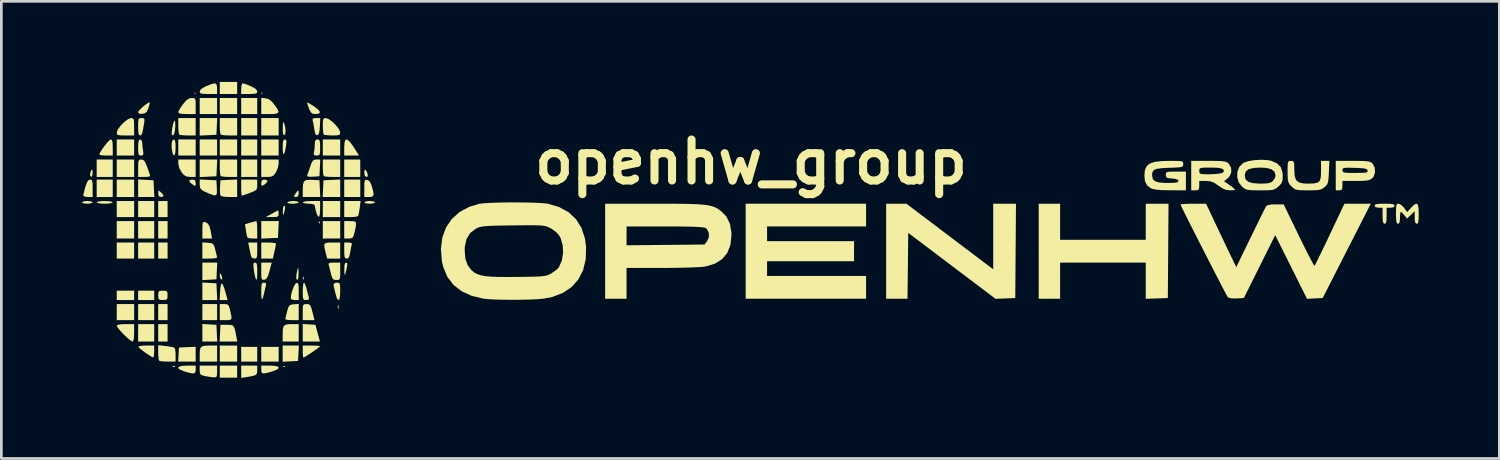
<source format=kicad_pcb>
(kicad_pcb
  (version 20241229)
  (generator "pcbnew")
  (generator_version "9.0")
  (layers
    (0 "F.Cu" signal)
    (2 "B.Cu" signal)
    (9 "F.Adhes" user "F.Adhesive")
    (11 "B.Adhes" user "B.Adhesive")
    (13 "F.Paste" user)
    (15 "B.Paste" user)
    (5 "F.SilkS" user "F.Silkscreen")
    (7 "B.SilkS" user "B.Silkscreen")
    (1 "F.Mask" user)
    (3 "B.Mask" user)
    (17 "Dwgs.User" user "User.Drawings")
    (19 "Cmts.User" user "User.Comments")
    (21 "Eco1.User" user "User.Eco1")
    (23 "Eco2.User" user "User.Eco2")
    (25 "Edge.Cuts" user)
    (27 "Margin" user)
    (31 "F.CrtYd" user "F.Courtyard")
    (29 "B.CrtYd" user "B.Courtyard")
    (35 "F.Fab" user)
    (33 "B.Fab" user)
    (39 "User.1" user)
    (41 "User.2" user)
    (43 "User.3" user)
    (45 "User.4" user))
  (footprint "openhw_group"
    (layer "F.Cu")
    (at 24.902 5.478)
    (property "Reference" "openhw_group" (at 0 -2.5 0) (layer "F.SilkS") (effects (font (size 1.524 1.524) (thickness 0.3))))
    (attr board_only exclude_from_pos_files exclude_from_bom)
    (fp_poly (pts (xy -23.756 -1.942) (xy -24.354 -1.942) (xy -24.354 -2.59) (xy -23.756 -2.59)) (stroke (width 0) (type solid)) (fill yes) (layer "F.SilkS"))
    (fp_poly (pts (xy -23.756 -1.195) (xy -24.354 -1.195) (xy -24.354 -1.843) (xy -23.756 -1.843)) (stroke (width 0) (type solid)) (fill yes) (layer "F.SilkS"))
    (fp_poly (pts (xy -22.96 -2.739) (xy -23.607 -2.739) (xy -23.607 -3.337) (xy -22.96 -3.337)) (stroke (width 0) (type solid)) (fill yes) (layer "F.SilkS"))
    (fp_poly (pts (xy -22.96 -1.942) (xy -23.607 -1.942) (xy -23.607 -2.59) (xy -22.96 -2.59)) (stroke (width 0) (type solid)) (fill yes) (layer "F.SilkS"))
    (fp_poly (pts (xy -22.96 -1.195) (xy -23.607 -1.195) (xy -23.607 -1.843) (xy -22.96 -1.843)) (stroke (width 0) (type solid)) (fill yes) (layer "F.SilkS"))
    (fp_poly (pts (xy -22.96 -0.448) (xy -23.607 -0.448) (xy -23.607 -1.046) (xy -22.96 -1.046)) (stroke (width 0) (type solid)) (fill yes) (layer "F.SilkS"))
    (fp_poly (pts (xy -22.96 0.349) (xy -23.607 0.349) (xy -23.607 -0.299) (xy -22.96 -0.299)) (stroke (width 0) (type solid)) (fill yes) (layer "F.SilkS"))
    (fp_poly (pts (xy -22.96 1.096) (xy -23.607 1.096) (xy -23.607 0.498) (xy -22.96 0.498)) (stroke (width 0) (type solid)) (fill yes) (layer "F.SilkS"))
    (fp_poly (pts (xy -22.96 2.64) (xy -23.607 2.64) (xy -23.607 2.291) (xy -22.96 2.291)) (stroke (width 0) (type solid)) (fill yes) (layer "F.SilkS"))
    (fp_poly (pts (xy -22.96 3.387) (xy -23.607 3.387) (xy -23.607 2.789) (xy -22.96 2.789)) (stroke (width 0) (type solid)) (fill yes) (layer "F.SilkS"))
    (fp_poly (pts (xy -22.213 -0.448) (xy -22.81 -0.448) (xy -22.81 -1.046) (xy -22.213 -1.046)) (stroke (width 0) (type solid)) (fill yes) (layer "F.SilkS"))
    (fp_poly (pts (xy -22.213 0.349) (xy -22.81 0.349) (xy -22.81 -0.299) (xy -22.213 -0.299)) (stroke (width 0) (type solid)) (fill yes) (layer "F.SilkS"))
    (fp_poly (pts (xy -22.213 1.096) (xy -22.81 1.096) (xy -22.81 0.498) (xy -22.213 0.498)) (stroke (width 0) (type solid)) (fill yes) (layer "F.SilkS"))
    (fp_poly (pts (xy -22.213 2.64) (xy -22.81 2.64) (xy -22.81 2.291) (xy -22.213 2.291)) (stroke (width 0) (type solid)) (fill yes) (layer "F.SilkS"))
    (fp_poly (pts (xy -22.213 3.387) (xy -22.81 3.387) (xy -22.81 2.789) (xy -22.213 2.789)) (stroke (width 0) (type solid)) (fill yes) (layer "F.SilkS"))
    (fp_poly (pts (xy -22.213 4.184) (xy -22.81 4.184) (xy -22.81 3.536) (xy -22.213 3.536)) (stroke (width 0) (type solid)) (fill yes) (layer "F.SilkS"))
    (fp_poly (pts (xy -21.715 -0.448) (xy -22.063 -0.448) (xy -22.063 -1.046) (xy -21.715 -1.046)) (stroke (width 0) (type solid)) (fill yes) (layer "F.SilkS"))
    (fp_poly (pts (xy -21.715 0.349) (xy -22.063 0.349) (xy -22.063 -0.299) (xy -21.715 -0.299)) (stroke (width 0) (type solid)) (fill yes) (layer "F.SilkS"))
    (fp_poly (pts (xy -21.715 1.096) (xy -22.063 1.096) (xy -22.063 0.498) (xy -21.715 0.498)) (stroke (width 0) (type solid)) (fill yes) (layer "F.SilkS"))
    (fp_poly (pts (xy -21.715 3.387) (xy -22.063 3.387) (xy -22.063 2.789) (xy -21.715 2.789)) (stroke (width 0) (type solid)) (fill yes) (layer "F.SilkS"))
    (fp_poly (pts (xy -21.715 4.184) (xy -22.063 4.184) (xy -22.063 3.536) (xy -21.715 3.536)) (stroke (width 0) (type solid)) (fill yes) (layer "F.SilkS"))
    (fp_poly (pts (xy -20.669 -5.055) (xy -20.694 -5.03) (xy -20.718 -5.055) (xy -20.694 -5.08)) (stroke (width 0) (type solid)) (fill yes) (layer "F.SilkS"))
    (fp_poly (pts (xy -20.669 -2.739) (xy -21.316 -2.739) (xy -21.316 -3.337) (xy -20.669 -3.337)) (stroke (width 0) (type solid)) (fill yes) (layer "F.SilkS"))
    (fp_poly (pts (xy -19.872 -4.283) (xy -20.519 -4.283) (xy -20.519 -4.881) (xy -19.872 -4.881)) (stroke (width 0) (type solid)) (fill yes) (layer "F.SilkS"))
    (fp_poly (pts (xy -19.872 -2.739) (xy -20.519 -2.739) (xy -20.519 -3.337) (xy -19.872 -3.337)) (stroke (width 0) (type solid)) (fill yes) (layer "F.SilkS"))
    (fp_poly (pts (xy -19.872 3.387) (xy -20.42 3.387) (xy -20.42 2.789) (xy -19.872 2.789)) (stroke (width 0) (type solid)) (fill yes) (layer "F.SilkS"))
    (fp_poly (pts (xy -19.125 -5.03) (xy -19.772 -5.03) (xy -19.772 -5.478) (xy -19.125 -5.478)) (stroke (width 0) (type solid)) (fill yes) (layer "F.SilkS"))
    (fp_poly (pts (xy -19.125 -4.283) (xy -19.772 -4.283) (xy -19.772 -4.881) (xy -19.125 -4.881)) (stroke (width 0) (type solid)) (fill yes) (layer "F.SilkS"))
    (fp_poly (pts (xy -19.125 -2.739) (xy -19.772 -2.739) (xy -19.772 -3.337) (xy -19.125 -3.337)) (stroke (width 0) (type solid)) (fill yes) (layer "F.SilkS"))
    (fp_poly (pts (xy -19.125 4.931) (xy -19.772 4.931) (xy -19.772 4.333) (xy -19.125 4.333)) (stroke (width 0) (type solid)) (fill yes) (layer "F.SilkS"))
    (fp_poly (pts (xy -19.125 5.528) (xy -19.772 5.528) (xy -19.772 5.08) (xy -19.125 5.08)) (stroke (width 0) (type solid)) (fill yes) (layer "F.SilkS"))
    (fp_poly (pts (xy -18.378 -4.283) (xy -18.975 -4.283) (xy -18.975 -4.881) (xy -18.378 -4.881)) (stroke (width 0) (type solid)) (fill yes) (layer "F.SilkS"))
    (fp_poly (pts (xy -18.378 -3.486) (xy -18.975 -3.486) (xy -18.975 -4.134) (xy -18.378 -4.134)) (stroke (width 0) (type solid)) (fill yes) (layer "F.SilkS"))
    (fp_poly (pts (xy -18.378 -2.739) (xy -18.975 -2.739) (xy -18.975 -3.337) (xy -18.378 -3.337)) (stroke (width 0) (type solid)) (fill yes) (layer "F.SilkS"))
    (fp_poly (pts (xy -18.378 -1.942) (xy -18.975 -1.942) (xy -18.975 -2.59) (xy -18.378 -2.59)) (stroke (width 0) (type solid)) (fill yes) (layer "F.SilkS"))
    (fp_poly (pts (xy -18.378 4.931) (xy -18.975 4.931) (xy -18.975 4.383) (xy -18.378 4.383)) (stroke (width 0) (type solid)) (fill yes) (layer "F.SilkS"))
    (fp_poly (pts (xy -18.178 -5.055) (xy -18.203 -5.03) (xy -18.228 -5.055) (xy -18.203 -5.08)) (stroke (width 0) (type solid)) (fill yes) (layer "F.SilkS"))
    (fp_poly (pts (xy -17.581 -3.486) (xy -18.228 -3.486) (xy -18.228 -4.134) (xy -17.581 -4.134)) (stroke (width 0) (type solid)) (fill yes) (layer "F.SilkS"))
    (fp_poly (pts (xy -17.581 -2.739) (xy -18.228 -2.739) (xy -18.228 -3.337) (xy -17.581 -3.337)) (stroke (width 0) (type solid)) (fill yes) (layer "F.SilkS"))
    (fp_poly (pts (xy -17.581 4.931) (xy -18.228 4.931) (xy -18.228 4.383) (xy -17.581 4.383)) (stroke (width 0) (type solid)) (fill yes) (layer "F.SilkS"))
    (fp_poly (pts (xy -15.29 -2.739) (xy -15.937 -2.739) (xy -15.937 -3.337) (xy -15.29 -3.337)) (stroke (width 0) (type solid)) (fill yes) (layer "F.SilkS"))
    (fp_poly (pts (xy -15.29 -0.448) (xy -15.937 -0.448) (xy -15.937 -1.046) (xy -15.29 -1.046)) (stroke (width 0) (type solid)) (fill yes) (layer "F.SilkS"))
    (fp_poly (pts (xy -15.29 0.349) (xy -15.937 0.349) (xy -15.937 -0.299) (xy -15.29 -0.299)) (stroke (width 0) (type solid)) (fill yes) (layer "F.SilkS"))
    (fp_poly (pts (xy -14.543 -1.942) (xy -15.14 -1.942) (xy -15.14 -2.59) (xy -14.543 -2.59)) (stroke (width 0) (type solid)) (fill yes) (layer "F.SilkS"))
    (fp_poly (pts (xy -14.543 -1.195) (xy -15.14 -1.195) (xy -15.14 -1.843) (xy -14.543 -1.843)) (stroke (width 0) (type solid)) (fill yes) (layer "F.SilkS"))
    (fp_poly (pts (xy -16.448 3.546) (xy -16.212 3.561) (xy -16.045 4.184) (xy -16.684 4.184) (xy -16.684 3.531)) (stroke (width 0) (type solid)) (fill yes) (layer "F.SilkS"))
    (fp_poly (pts (xy -22.524 -1.833) (xy -22.237 -1.818) (xy -22.223 -1.507) (xy -22.208 -1.195) (xy -22.81 -1.195) (xy -22.81 -1.848)) (stroke (width 0) (type solid)) (fill yes) (layer "F.SilkS"))
    (fp_poly (pts (xy -21.429 5.1) (xy -21.444 5.122) (xy -21.495 5.126) (xy -21.548 5.114) (xy -21.525 5.096) (xy -21.447 5.09)) (stroke (width 0) (type solid)) (fill yes) (layer "F.SilkS"))
    (fp_poly (pts (xy -20.669 4.931) (xy -21.321 4.931) (xy -21.306 4.669) (xy -21.291 4.408) (xy -20.98 4.393) (xy -20.669 4.378)) (stroke (width 0) (type solid)) (fill yes) (layer "F.SilkS"))
    (fp_poly (pts (xy -20.158 2.002) (xy -19.897 2.017) (xy -19.882 2.328) (xy -19.867 2.64) (xy -20.42 2.64) (xy -20.42 1.987)) (stroke (width 0) (type solid)) (fill yes) (layer "F.SilkS"))
    (fp_poly (pts (xy -20.158 3.546) (xy -19.897 3.561) (xy -19.882 3.872) (xy -19.867 4.184) (xy -20.42 4.184) (xy -20.42 3.531)) (stroke (width 0) (type solid)) (fill yes) (layer "F.SilkS"))
    (fp_poly (pts (xy -19.882 -3.822) (xy -19.897 -3.511) (xy -20.208 -3.496) (xy -20.519 -3.482) (xy -20.519 -4.134) (xy -19.867 -4.134)) (stroke (width 0) (type solid)) (fill yes) (layer "F.SilkS"))
    (fp_poly (pts (xy -19.882 -2.279) (xy -19.897 -1.967) (xy -20.208 -1.952) (xy -20.519 -1.938) (xy -20.519 -2.59) (xy -19.867 -2.59)) (stroke (width 0) (type solid)) (fill yes) (layer "F.SilkS"))
    (fp_poly (pts (xy -19.882 1.556) (xy -19.897 1.868) (xy -20.158 1.883) (xy -20.42 1.898) (xy -20.42 1.245) (xy -19.867 1.245)) (stroke (width 0) (type solid)) (fill yes) (layer "F.SilkS"))
    (fp_poly (pts (xy -17.591 0.012) (xy -17.606 0.324) (xy -17.917 0.339) (xy -18.228 0.353) (xy -18.228 -0.299) (xy -17.576 -0.299)) (stroke (width 0) (type solid)) (fill yes) (layer "F.SilkS"))
    (fp_poly (pts (xy -17.348 5.097) (xy -17.355 5.126) (xy -17.382 5.13) (xy -17.423 5.112) (xy -17.415 5.097) (xy -17.356 5.091)) (stroke (width 0) (type solid)) (fill yes) (layer "F.SilkS"))
    (fp_poly (pts (xy -16.844 4.619) (xy -16.859 4.906) (xy -17.145 4.921) (xy -17.431 4.936) (xy -17.431 4.333) (xy -16.829 4.333)) (stroke (width 0) (type solid)) (fill yes) (layer "F.SilkS"))
    (fp_poly (pts (xy -16.65 1.784) (xy -16.644 1.861) (xy -16.654 1.879) (xy -16.677 1.864) (xy -16.68 1.814) (xy -16.668 1.761)) (stroke (width 0) (type solid)) (fill yes) (layer "F.SilkS"))
    (fp_poly (pts (xy -16.053 -0.282) (xy -16.048 -0.223) (xy -16.053 -0.216) (xy -16.083 -0.223) (xy -16.087 -0.249) (xy -16.068 -0.29)) (stroke (width 0) (type solid)) (fill yes) (layer "F.SilkS"))
    (fp_poly (pts (xy -15.356 2.826) (xy -15.35 2.928) (xy -15.356 2.951) (xy -15.375 2.957) (xy -15.382 2.889) (xy -15.374 2.818)) (stroke (width 0) (type solid)) (fill yes) (layer "F.SilkS"))
    (fp_poly (pts (xy -15.29 -1.195) (xy -15.942 -1.195) (xy -15.927 -1.507) (xy -15.912 -1.818) (xy -15.601 -1.833) (xy -15.29 -1.847)) (stroke (width 0) (type solid)) (fill yes) (layer "F.SilkS"))
    (fp_poly (pts (xy -19.872 4.931) (xy -20.519 4.931) (xy -20.519 4.662) (xy -20.512 4.499) (xy -20.478 4.401) (xy -20.396 4.352) (xy -20.247 4.335) (xy -20.117 4.333) (xy -19.872 4.333)) (stroke (width 0) (type solid)) (fill yes) (layer "F.SilkS"))
    (fp_poly (pts (xy -19.737 1.674) (xy -19.717 1.708) (xy -19.685 1.795) (xy -19.687 1.861) (xy -19.719 1.875) (xy -19.736 1.862) (xy -19.765 1.787) (xy -19.771 1.722) (xy -19.764 1.651)) (stroke (width 0) (type solid)) (fill yes) (layer "F.SilkS"))
    (fp_poly (pts (xy -19.661 2.061) (xy -19.612 2.177) (xy -19.565 2.328) (xy -19.481 2.64) (xy -19.777 2.64) (xy -19.762 2.328) (xy -19.747 2.167) (xy -19.723 2.055) (xy -19.698 2.017)) (stroke (width 0) (type solid)) (fill yes) (layer "F.SilkS"))
    (fp_poly (pts (xy -18.378 5.251) (xy -18.383 5.349) (xy -18.414 5.411) (xy -18.49 5.451) (xy -18.631 5.483) (xy -18.764 5.504) (xy -18.975 5.537) (xy -18.975 5.08) (xy -18.378 5.08)) (stroke (width 0) (type solid)) (fill yes) (layer "F.SilkS"))
    (fp_poly (pts (xy -16.838 -1.402) (xy -16.834 -1.32) (xy -16.857 -1.222) (xy -16.934 -1.195) (xy -17.001 -1.202) (xy -17.002 -1.24) (xy -16.954 -1.32) (xy -16.89 -1.408) (xy -16.853 -1.444)) (stroke (width 0) (type solid)) (fill yes) (layer "F.SilkS"))
    (fp_poly (pts (xy -16.834 4.184) (xy -17.431 4.184) (xy -17.431 3.939) (xy -17.426 3.739) (xy -17.397 3.62) (xy -17.331 3.559) (xy -17.209 3.538) (xy -17.102 3.536) (xy -16.834 3.536)) (stroke (width 0) (type solid)) (fill yes) (layer "F.SilkS"))
    (fp_poly (pts (xy -15.29 1.096) (xy -15.776 1.096) (xy -15.832 0.874) (xy -15.876 0.686) (xy -15.882 0.574) (xy -15.837 0.519) (xy -15.729 0.5) (xy -15.589 0.498) (xy -15.29 0.498)) (stroke (width 0) (type solid)) (fill yes) (layer "F.SilkS"))
    (fp_poly (pts (xy -14.934 -3.253) (xy -14.806 -3.08) (xy -14.723 -2.951) (xy -14.591 -2.739) (xy -15.14 -2.739) (xy -15.14 -3.038) (xy -15.129 -3.226) (xy -15.093 -3.325) (xy -15.029 -3.334)) (stroke (width 0) (type solid)) (fill yes) (layer "F.SilkS"))
    (fp_poly (pts (xy -14.297 -2.128) (xy -14.271 -2.054) (xy -14.262 -1.967) (xy -14.315 -1.942) (xy -14.374 -1.979) (xy -14.393 -2.098) (xy -14.393 -2.102) (xy -14.379 -2.2) (xy -14.344 -2.208)) (stroke (width 0) (type solid)) (fill yes) (layer "F.SilkS"))
    (fp_poly (pts (xy -24.506 -2.165) (xy -24.504 -2.104) (xy -24.517 -1.994) (xy -24.55 -1.943) (xy -24.553 -1.942) (xy -24.595 -1.983) (xy -24.602 -2.03) (xy -24.575 -2.149) (xy -24.553 -2.191) (xy -24.52 -2.22)) (stroke (width 0) (type solid)) (fill yes) (layer "F.SilkS"))
    (fp_poly (pts (xy -21.964 -1.37) (xy -21.889 -1.288) (xy -21.864 -1.237) (xy -21.906 -1.203) (xy -21.964 -1.195) (xy -22.04 -1.223) (xy -22.063 -1.319) (xy -22.063 -1.328) (xy -22.058 -1.419) (xy -22.026 -1.422)) (stroke (width 0) (type solid)) (fill yes) (layer "F.SilkS"))
    (fp_poly (pts (xy -20.669 -3.486) (xy -20.959 -3.486) (xy -21.121 -3.492) (xy -21.24 -3.505) (xy -21.283 -3.519) (xy -21.301 -3.584) (xy -21.313 -3.716) (xy -21.316 -3.843) (xy -21.316 -4.134) (xy -20.669 -4.134)) (stroke (width 0) (type solid)) (fill yes) (layer "F.SilkS"))
    (fp_poly (pts (xy -20.669 -1.942) (xy -20.865 -1.942) (xy -21.009 -1.957) (xy -21.112 -2.019) (xy -21.189 -2.109) (xy -21.279 -2.271) (xy -21.316 -2.429) (xy -21.316 -2.433) (xy -21.316 -2.59) (xy -20.669 -2.59)) (stroke (width 0) (type solid)) (fill yes) (layer "F.SilkS"))
    (fp_poly (pts (xy -19.125 -3.486) (xy -19.415 -3.486) (xy -19.577 -3.492) (xy -19.697 -3.505) (xy -19.739 -3.519) (xy -19.757 -3.584) (xy -19.769 -3.716) (xy -19.772 -3.843) (xy -19.772 -4.134) (xy -19.125 -4.134)) (stroke (width 0) (type solid)) (fill yes) (layer "F.SilkS"))
    (fp_poly (pts (xy -19.125 -1.942) (xy -19.415 -1.942) (xy -19.577 -1.948) (xy -19.697 -1.961) (xy -19.739 -1.976) (xy -19.757 -2.04) (xy -19.769 -2.172) (xy -19.772 -2.299) (xy -19.772 -2.59) (xy -19.125 -2.59)) (stroke (width 0) (type solid)) (fill yes) (layer "F.SilkS"))
    (fp_poly (pts (xy -18.007 -1.821) (xy -18.001 -1.764) (xy -18.082 -1.68) (xy -18.119 -1.654) (xy -18.198 -1.61) (xy -18.225 -1.64) (xy -18.228 -1.712) (xy -18.21 -1.81) (xy -18.136 -1.842) (xy -18.1 -1.843)) (stroke (width 0) (type solid)) (fill yes) (layer "F.SilkS"))
    (fp_poly (pts (xy -17.804 0.506) (xy -17.705 0.525) (xy -17.68 0.544) (xy -17.691 0.616) (xy -17.718 0.749) (xy -17.739 0.843) (xy -17.797 1.096) (xy -18.228 1.096) (xy -18.228 0.498) (xy -17.954 0.498)) (stroke (width 0) (type solid)) (fill yes) (layer "F.SilkS"))
    (fp_poly (pts (xy -16.331 -1.833) (xy -16.062 -1.818) (xy -16.047 -1.507) (xy -16.032 -1.195) (xy -16.684 -1.195) (xy -16.684 -1.457) (xy -16.675 -1.654) (xy -16.64 -1.77) (xy -16.561 -1.825) (xy -16.42 -1.837)) (stroke (width 0) (type solid)) (fill yes) (layer "F.SilkS"))
    (fp_poly (pts (xy -15.29 -1.942) (xy -15.58 -1.942) (xy -15.742 -1.948) (xy -15.862 -1.961) (xy -15.904 -1.976) (xy -15.922 -2.04) (xy -15.934 -2.172) (xy -15.937 -2.299) (xy -15.937 -2.59) (xy -15.29 -2.59)) (stroke (width 0) (type solid)) (fill yes) (layer "F.SilkS"))
    (fp_poly (pts (xy -14.564 -0.787) (xy -14.588 -0.633) (xy -14.612 -0.521) (xy -14.623 -0.488) (xy -14.684 -0.465) (xy -14.809 -0.451) (xy -14.894 -0.448) (xy -15.14 -0.448) (xy -15.14 -1.046) (xy -14.53 -1.046)) (stroke (width 0) (type solid)) (fill yes) (layer "F.SilkS"))
    (fp_poly (pts (xy -20.698 -1.822) (xy -20.669 -1.741) (xy -20.669 -1.718) (xy -20.671 -1.626) (xy -20.696 -1.607) (xy -20.769 -1.652) (xy -20.806 -1.677) (xy -20.9 -1.763) (xy -20.902 -1.819) (xy -20.812 -1.842) (xy -20.793 -1.843)) (stroke (width 0) (type solid)) (fill yes) (layer "F.SilkS"))
    (fp_poly (pts (xy -19.375 3.564) (xy -19.293 3.584) (xy -19.241 3.641) (xy -19.204 3.754) (xy -19.165 3.942) (xy -19.155 3.997) (xy -19.12 4.184) (xy -19.777 4.184) (xy -19.762 3.872) (xy -19.747 3.561) (xy -19.502 3.561)) (stroke (width 0) (type solid)) (fill yes) (layer "F.SilkS"))
    (fp_poly (pts (xy -19.125 -1.195) (xy -19.425 -1.195) (xy -19.62 -1.205) (xy -19.726 -1.235) (xy -19.752 -1.264) (xy -19.764 -1.352) (xy -19.766 -1.497) (xy -19.763 -1.575) (xy -19.747 -1.818) (xy -19.436 -1.833) (xy -19.125 -1.847)) (stroke (width 0) (type solid)) (fill yes) (layer "F.SilkS"))
    (fp_poly (pts (xy -18.068 -4.871) (xy -17.944 -4.835) (xy -17.828 -4.74) (xy -17.745 -4.64) (xy -17.628 -4.475) (xy -17.585 -4.37) (xy -17.622 -4.312) (xy -17.745 -4.287) (xy -17.905 -4.283) (xy -18.228 -4.283) (xy -18.228 -4.887)) (stroke (width 0) (type solid)) (fill yes) (layer "F.SilkS"))
    (fp_poly (pts (xy -17.586 -0.655) (xy -17.581 -0.573) (xy -17.589 -0.497) (xy -17.633 -0.461) (xy -17.736 -0.449) (xy -17.817 -0.449) (xy -18.054 -0.449) (xy -17.837 -0.573) (xy -17.709 -0.644) (xy -17.622 -0.689) (xy -17.601 -0.697)) (stroke (width 0) (type solid)) (fill yes) (layer "F.SilkS"))
    (fp_poly (pts (xy -17.581 -2.434) (xy -17.608 -2.286) (xy -17.674 -2.129) (xy -17.684 -2.11) (xy -17.763 -2.003) (xy -17.849 -1.955) (xy -17.986 -1.942) (xy -18.008 -1.942) (xy -18.228 -1.942) (xy -18.228 -2.59) (xy -17.581 -2.59)) (stroke (width 0) (type solid)) (fill yes) (layer "F.SilkS"))
    (fp_poly (pts (xy -17.385 -3.96) (xy -17.383 -3.955) (xy -17.339 -3.804) (xy -17.323 -3.656) (xy -17.336 -3.543) (xy -17.369 -3.499) (xy -17.406 -3.517) (xy -17.425 -3.611) (xy -17.428 -3.768) (xy -17.422 -3.924) (xy -17.409 -3.986)) (stroke (width 0) (type solid)) (fill yes) (layer "F.SilkS"))
    (fp_poly (pts (xy -17.345 -0.861) (xy -17.341 -0.776) (xy -17.369 -0.638) (xy -17.382 -0.598) (xy -17.408 -0.528) (xy -17.42 -0.54) (xy -17.426 -0.642) (xy -17.426 -0.657) (xy -17.417 -0.785) (xy -17.389 -0.865) (xy -17.382 -0.872)) (stroke (width 0) (type solid)) (fill yes) (layer "F.SilkS"))
    (fp_poly (pts (xy -16.849 1.452) (xy -16.842 1.544) (xy -16.84 1.631) (xy -16.845 1.778) (xy -16.865 1.873) (xy -16.884 1.893) (xy -16.92 1.851) (xy -16.927 1.78) (xy -16.911 1.648) (xy -16.884 1.519) (xy -16.862 1.447)) (stroke (width 0) (type solid)) (fill yes) (layer "F.SilkS"))
    (fp_poly (pts (xy -15.031 1.264) (xy -15.026 1.337) (xy -15.048 1.457) (xy -15.088 1.629) (xy -15.113 1.706) (xy -15.128 1.688) (xy -15.135 1.577) (xy -15.136 1.507) (xy -15.131 1.343) (xy -15.105 1.261) (xy -15.071 1.245)) (stroke (width 0) (type solid)) (fill yes) (layer "F.SilkS"))
    (fp_poly (pts (xy -24.578 -1.035) (xy -24.509 -1.007) (xy -24.504 -0.996) (xy -24.548 -0.965) (xy -24.658 -0.948) (xy -24.703 -0.946) (xy -24.827 -0.957) (xy -24.897 -0.985) (xy -24.902 -0.996) (xy -24.858 -1.027) (xy -24.747 -1.045) (xy -24.703 -1.046)) (stroke (width 0) (type solid)) (fill yes) (layer "F.SilkS"))
    (fp_poly (pts (xy -23.896 -1.038) (xy -23.788 -1.019) (xy -23.756 -0.996) (xy -23.802 -0.97) (xy -23.92 -0.952) (xy -24.055 -0.946) (xy -24.214 -0.954) (xy -24.322 -0.974) (xy -24.354 -0.996) (xy -24.309 -1.023) (xy -24.19 -1.041) (xy -24.055 -1.046)) (stroke (width 0) (type solid)) (fill yes) (layer "F.SilkS"))
    (fp_poly (pts (xy -20.669 5.229) (xy -20.679 5.321) (xy -20.721 5.366) (xy -20.812 5.369) (xy -20.971 5.332) (xy -21.08 5.299) (xy -21.249 5.233) (xy -21.322 5.173) (xy -21.299 5.123) (xy -21.183 5.091) (xy -20.992 5.08) (xy -20.669 5.08)) (stroke (width 0) (type solid)) (fill yes) (layer "F.SilkS"))
    (fp_poly (pts (xy -20.323 -0.264) (xy -20.318 -0.263) (xy -20.224 -0.214) (xy -20.158 -0.111) (xy -20.11 0.065) (xy -20.097 0.137) (xy -20.062 0.349) (xy -20.42 0.349) (xy -20.42 0.03) (xy -20.417 -0.142) (xy -20.405 -0.235) (xy -20.376 -0.269)) (stroke (width 0) (type solid)) (fill yes) (layer "F.SilkS"))
    (fp_poly (pts (xy -19.508 2.796) (xy -19.45 2.832) (xy -19.412 2.922) (xy -19.382 3.042) (xy -19.343 3.221) (xy -19.335 3.324) (xy -19.368 3.372) (xy -19.453 3.386) (xy -19.548 3.387) (xy -19.772 3.387) (xy -19.772 2.789) (xy -19.606 2.789)) (stroke (width 0) (type solid)) (fill yes) (layer "F.SilkS"))
    (fp_poly (pts (xy -18.378 0.797) (xy -18.381 0.964) (xy -18.397 1.054) (xy -18.433 1.09) (xy -18.479 1.096) (xy -18.57 1.069) (xy -18.6 1.033) (xy -18.621 0.95) (xy -18.652 0.81) (xy -18.667 0.735) (xy -18.714 0.498) (xy -18.378 0.498)) (stroke (width 0) (type solid)) (fill yes) (layer "F.SilkS"))
    (fp_poly (pts (xy -17.921 1.556) (xy -17.975 1.733) (xy -18.026 1.832) (xy -18.085 1.876) (xy -18.117 1.884) (xy -18.176 1.886) (xy -18.21 1.856) (xy -18.225 1.773) (xy -18.228 1.617) (xy -18.228 1.572) (xy -18.228 1.245) (xy -17.838 1.245)) (stroke (width 0) (type solid)) (fill yes) (layer "F.SilkS"))
    (fp_poly (pts (xy -17.702 5.092) (xy -17.592 5.126) (xy -17.578 5.175) (xy -17.66 5.236) (xy -17.839 5.302) (xy -18.03 5.355) (xy -18.146 5.373) (xy -18.205 5.351) (xy -18.226 5.286) (xy -18.228 5.229) (xy -18.228 5.08) (xy -17.905 5.08)) (stroke (width 0) (type solid)) (fill yes) (layer "F.SilkS"))
    (fp_poly (pts (xy -16.906 -1.035) (xy -16.838 -1.007) (xy -16.834 -0.996) (xy -16.878 -0.967) (xy -16.991 -0.949) (xy -17.061 -0.946) (xy -17.199 -0.956) (xy -17.259 -0.982) (xy -17.257 -0.996) (xy -17.192 -1.028) (xy -17.068 -1.045) (xy -17.03 -1.046)) (stroke (width 0) (type solid)) (fill yes) (layer "F.SilkS"))
    (fp_poly (pts (xy -16.46 2.797) (xy -16.408 2.834) (xy -16.367 2.925) (xy -16.322 3.088) (xy -16.247 3.387) (xy -16.684 3.387) (xy -16.684 3.088) (xy -16.682 2.922) (xy -16.668 2.833) (xy -16.632 2.797) (xy -16.561 2.789) (xy -16.541 2.789)) (stroke (width 0) (type solid)) (fill yes) (layer "F.SilkS"))
    (fp_poly (pts (xy -14.791 -0.295) (xy -14.72 -0.27) (xy -14.697 -0.204) (xy -14.712 -0.078) (xy -14.751 0.096) (xy -14.789 0.244) (xy -14.83 0.319) (xy -14.895 0.345) (xy -14.975 0.349) (xy -15.14 0.349) (xy -15.14 -0.299) (xy -14.916 -0.299)) (stroke (width 0) (type solid)) (fill yes) (layer "F.SilkS"))
    (fp_poly (pts (xy -14.069 -1.035) (xy -14 -1.007) (xy -13.995 -0.996) (xy -14.039 -0.965) (xy -14.149 -0.948) (xy -14.194 -0.946) (xy -14.319 -0.957) (xy -14.388 -0.985) (xy -14.393 -0.996) (xy -14.349 -1.027) (xy -14.239 -1.045) (xy -14.194 -1.046)) (stroke (width 0) (type solid)) (fill yes) (layer "F.SilkS"))
    (fp_poly (pts (xy 4.283 -0.1) (xy 0.598 -0.1) (xy 0.598 0.448) (xy 3.835 0.448) (xy 3.835 1.195) (xy 0.598 1.195) (xy 0.598 1.743) (xy 4.283 1.743) (xy 4.283 2.59) (xy -0.199 2.59) (xy -0.199 -0.946) (xy 4.283 -0.946)) (stroke (width 0) (type solid)) (fill yes) (layer "F.SilkS"))
    (fp_poly (pts (xy -21.431 -3.982) (xy -21.427 -3.835) (xy -21.428 -3.814) (xy -21.448 -3.617) (xy -21.486 -3.514) (xy -21.511 -3.496) (xy -21.551 -3.5) (xy -21.563 -3.563) (xy -21.549 -3.704) (xy -21.548 -3.707) (xy -21.515 -3.895) (xy -21.481 -4.007) (xy -21.451 -4.037)) (stroke (width 0) (type solid)) (fill yes) (layer "F.SilkS"))
    (fp_poly (pts (xy -20.211 0.508) (xy -20.087 0.522) (xy -20.018 0.557) (xy -19.974 0.641) (xy -19.938 0.772) (xy -19.901 0.921) (xy -19.877 1.028) (xy -19.873 1.058) (xy -19.917 1.079) (xy -20.033 1.092) (xy -20.146 1.096) (xy -20.42 1.096) (xy -20.42 0.492)) (stroke (width 0) (type solid)) (fill yes) (layer "F.SilkS"))
    (fp_poly (pts (xy -19.872 5.304) (xy -19.876 5.435) (xy -19.902 5.502) (xy -19.975 5.52) (xy -20.118 5.503) (xy -20.171 5.495) (xy -20.352 5.464) (xy -20.456 5.431) (xy -20.505 5.382) (xy -20.519 5.303) (xy -20.519 5.253) (xy -20.519 5.08) (xy -19.872 5.08)) (stroke (width 0) (type solid)) (fill yes) (layer "F.SilkS"))
    (fp_poly (pts (xy -17.304 -3.322) (xy -17.289 -3.26) (xy -17.302 -3.129) (xy -17.306 -3.1) (xy -17.342 -2.907) (xy -17.376 -2.803) (xy -17.404 -2.792) (xy -17.423 -2.875) (xy -17.43 -3.026) (xy -17.426 -3.2) (xy -17.409 -3.296) (xy -17.374 -3.334) (xy -17.351 -3.337)) (stroke (width 0) (type solid)) (fill yes) (layer "F.SilkS"))
    (fp_poly (pts (xy -16.872 2.006) (xy -16.847 2.055) (xy -16.836 2.169) (xy -16.834 2.312) (xy -16.834 2.64) (xy -16.983 2.64) (xy -17.092 2.621) (xy -17.132 2.577) (xy -17.113 2.432) (xy -17.069 2.271) (xy -17.011 2.125) (xy -16.951 2.025) (xy -16.918 2.001)) (stroke (width 0) (type solid)) (fill yes) (layer "F.SilkS"))
    (fp_poly (pts (xy -16.834 3.387) (xy -17.083 3.387) (xy -17.225 3.38) (xy -17.314 3.363) (xy -17.331 3.349) (xy -17.319 3.283) (xy -17.289 3.155) (xy -17.266 3.063) (xy -17.223 2.916) (xy -17.177 2.84) (xy -17.103 2.808) (xy -17.018 2.798) (xy -16.834 2.783)) (stroke (width 0) (type solid)) (fill yes) (layer "F.SilkS"))
    (fp_poly (pts (xy 7.399 0.275) (xy 9.015 1.496) (xy 9.015 -0.946) (xy 9.862 -0.946) (xy 9.836 2.565) (xy 9.469 2.58) (xy 9.101 2.594) (xy 5.852 0.14) (xy 5.839 1.365) (xy 5.825 2.59) (xy 5.03 2.59) (xy 5.03 -0.946) (xy 5.784 -0.946)) (stroke (width 0) (type solid)) (fill yes) (layer "F.SilkS"))
    (fp_poly (pts (xy 11.505 0.398) (xy 14.692 0.398) (xy 14.692 -0.946) (xy 15.54 -0.946) (xy 15.514 2.565) (xy 15.103 2.579) (xy 14.692 2.594) (xy 14.692 1.245) (xy 11.505 1.245) (xy 11.505 2.59) (xy 10.708 2.59) (xy 10.708 -0.946) (xy 11.505 -0.946)) (stroke (width 0) (type solid)) (fill yes) (layer "F.SilkS"))
    (fp_poly (pts (xy -22.213 4.557) (xy -22.22 4.69) (xy -22.239 4.769) (xy -22.25 4.778) (xy -22.308 4.751) (xy -22.42 4.681) (xy -22.536 4.604) (xy -22.671 4.504) (xy -22.768 4.422) (xy -22.802 4.382) (xy -22.766 4.355) (xy -22.65 4.337) (xy -22.516 4.333) (xy -22.213 4.333)) (stroke (width 0) (type solid)) (fill yes) (layer "F.SilkS"))
    (fp_poly (pts (xy -21.447 -3.314) (xy -21.424 -3.233) (xy -21.416 -3.074) (xy -21.416 -3.038) (xy -21.425 -2.863) (xy -21.449 -2.762) (xy -21.483 -2.742) (xy -21.522 -2.811) (xy -21.534 -2.851) (xy -21.563 -3.019) (xy -21.564 -3.175) (xy -21.54 -3.29) (xy -21.492 -3.337) (xy -21.49 -3.337)) (stroke (width 0) (type solid)) (fill yes) (layer "F.SilkS"))
    (fp_poly (pts (xy -20.208 -1.833) (xy -19.897 -1.818) (xy -19.882 -1.531) (xy -19.878 -1.361) (xy -19.901 -1.273) (xy -19.97 -1.255) (xy -20.101 -1.296) (xy -20.196 -1.335) (xy -20.366 -1.411) (xy -20.463 -1.474) (xy -20.507 -1.545) (xy -20.519 -1.645) (xy -20.519 -1.674) (xy -20.519 -1.847)) (stroke (width 0) (type solid)) (fill yes) (layer "F.SilkS"))
    (fp_poly (pts (xy -19.899 -5.397) (xy -19.875 -5.311) (xy -19.872 -5.229) (xy -19.872 -5.03) (xy -20.195 -5.03) (xy -20.371 -5.034) (xy -20.47 -5.048) (xy -20.511 -5.08) (xy -20.519 -5.124) (xy -20.478 -5.204) (xy -20.348 -5.289) (xy -20.273 -5.323) (xy -20.082 -5.399) (xy -19.963 -5.425)) (stroke (width 0) (type solid)) (fill yes) (layer "F.SilkS"))
    (fp_poly (pts (xy -18.378 -1.647) (xy -18.382 -1.536) (xy -18.411 -1.467) (xy -18.487 -1.415) (xy -18.631 -1.357) (xy -18.653 -1.348) (xy -18.805 -1.293) (xy -18.914 -1.256) (xy -18.952 -1.245) (xy -18.964 -1.29) (xy -18.973 -1.408) (xy -18.975 -1.544) (xy -18.975 -1.843) (xy -18.378 -1.843)) (stroke (width 0) (type solid)) (fill yes) (layer "F.SilkS"))
    (fp_poly (pts (xy -16.047 -2.279) (xy -16.062 -1.967) (xy -16.303 -1.952) (xy -16.451 -1.949) (xy -16.516 -1.967) (xy -16.519 -2.002) (xy -16.489 -2.083) (xy -16.44 -2.223) (xy -16.405 -2.328) (xy -16.349 -2.48) (xy -16.297 -2.558) (xy -16.23 -2.587) (xy -16.175 -2.59) (xy -16.032 -2.59)) (stroke (width 0) (type solid)) (fill yes) (layer "F.SilkS"))
    (fp_poly (pts (xy -24.547 -1.832) (xy -24.518 -1.784) (xy -24.506 -1.678) (xy -24.504 -1.519) (xy -24.504 -1.195) (xy -24.678 -1.195) (xy -24.793 -1.209) (xy -24.851 -1.243) (xy -24.852 -1.25) (xy -24.839 -1.325) (xy -24.805 -1.461) (xy -24.774 -1.574) (xy -24.717 -1.737) (xy -24.662 -1.821) (xy -24.6 -1.843)) (stroke (width 0) (type solid)) (fill yes) (layer "F.SilkS"))
    (fp_poly (pts (xy -23.787 -3.313) (xy -23.764 -3.228) (xy -23.757 -3.065) (xy -23.756 -3.038) (xy -23.756 -2.739) (xy -24.005 -2.739) (xy -24.148 -2.746) (xy -24.238 -2.764) (xy -24.255 -2.777) (xy -24.226 -2.853) (xy -24.153 -2.971) (xy -24.056 -3.105) (xy -23.955 -3.228) (xy -23.871 -3.314) (xy -23.83 -3.337)) (stroke (width 0) (type solid)) (fill yes) (layer "F.SilkS"))
    (fp_poly (pts (xy -22.379 -4.715) (xy -22.383 -4.662) (xy -22.413 -4.55) (xy -22.429 -4.503) (xy -22.486 -4.373) (xy -22.558 -4.312) (xy -22.653 -4.292) (xy -22.768 -4.295) (xy -22.809 -4.341) (xy -22.81 -4.354) (xy -22.776 -4.414) (xy -22.692 -4.503) (xy -22.583 -4.597) (xy -22.477 -4.676) (xy -22.4 -4.716)) (stroke (width 0) (type solid)) (fill yes) (layer "F.SilkS"))
    (fp_poly (pts (xy -18.849 -5.41) (xy -18.72 -5.363) (xy -18.623 -5.323) (xy -18.458 -5.236) (xy -18.384 -5.155) (xy -18.378 -5.124) (xy -18.39 -5.071) (xy -18.444 -5.043) (xy -18.559 -5.032) (xy -18.676 -5.03) (xy -18.975 -5.03) (xy -18.975 -5.229) (xy -18.964 -5.354) (xy -18.934 -5.424) (xy -18.922 -5.429)) (stroke (width 0) (type solid)) (fill yes) (layer "F.SilkS"))
    (fp_poly (pts (xy -18.05 2.015) (xy -18.049 2.079) (xy -18.076 2.181) (xy -18.111 2.331) (xy -18.122 2.382) (xy -18.164 2.547) (xy -18.195 2.613) (xy -18.216 2.58) (xy -18.227 2.448) (xy -18.228 2.324) (xy -18.225 2.147) (xy -18.212 2.047) (xy -18.183 2.002) (xy -18.129 1.992) (xy -18.125 1.992)) (stroke (width 0) (type solid)) (fill yes) (layer "F.SilkS"))
    (fp_poly (pts (xy -16.475 -4.696) (xy -16.372 -4.637) (xy -16.272 -4.574) (xy -16.113 -4.455) (xy -16.045 -4.365) (xy -16.067 -4.307) (xy -16.181 -4.283) (xy -16.204 -4.283) (xy -16.312 -4.294) (xy -16.38 -4.343) (xy -16.438 -4.456) (xy -16.452 -4.491) (xy -16.498 -4.619) (xy -16.521 -4.7) (xy -16.52 -4.713)) (stroke (width 0) (type solid)) (fill yes) (layer "F.SilkS"))
    (fp_poly (pts (xy -16.196 4.336) (xy -16.079 4.345) (xy -16.037 4.356) (xy -16.075 4.393) (xy -16.171 4.466) (xy -16.301 4.558) (xy -16.44 4.652) (xy -16.562 4.73) (xy -16.641 4.776) (xy -16.657 4.781) (xy -16.673 4.737) (xy -16.683 4.624) (xy -16.684 4.557) (xy -16.684 4.333) (xy -16.361 4.333)) (stroke (width 0) (type solid)) (fill yes) (layer "F.SilkS"))
    (fp_poly (pts (xy -16.047 -3.823) (xy -16.062 -3.641) (xy -16.089 -3.54) (xy -16.134 -3.499) (xy -16.142 -3.497) (xy -16.195 -3.511) (xy -16.231 -3.589) (xy -16.256 -3.734) (xy -16.281 -3.894) (xy -16.307 -4.021) (xy -16.318 -4.06) (xy -16.313 -4.113) (xy -16.233 -4.133) (xy -16.189 -4.134) (xy -16.032 -4.134)) (stroke (width 0) (type solid)) (fill yes) (layer "F.SilkS"))
    (fp_poly (pts (xy -14.877 0.512) (xy -14.854 0.557) (xy -14.857 0.566) (xy -14.88 0.655) (xy -14.907 0.798) (xy -14.918 0.865) (xy -14.949 1.012) (xy -14.993 1.081) (xy -15.046 1.096) (xy -15.099 1.083) (xy -15.128 1.03) (xy -15.139 0.915) (xy -15.14 0.797) (xy -15.14 0.498) (xy -14.986 0.498)) (stroke (width 0) (type solid)) (fill yes) (layer "F.SilkS"))
    (fp_poly (pts (xy -14.287 -1.834) (xy -14.204 -1.79) (xy -14.14 -1.675) (xy -14.113 -1.594) (xy -14.06 -1.4) (xy -14.048 -1.281) (xy -14.08 -1.219) (xy -14.161 -1.197) (xy -14.219 -1.195) (xy -14.393 -1.195) (xy -14.393 -1.522) (xy -14.391 -1.697) (xy -14.379 -1.794) (xy -14.35 -1.833) (xy -14.297 -1.835)) (stroke (width 0) (type solid)) (fill yes) (layer "F.SilkS"))
    (fp_poly (pts (xy -22.96 3.86) (xy -22.967 4.052) (xy -22.989 4.156) (xy -23.024 4.184) (xy -23.088 4.15) (xy -23.197 4.062) (xy -23.33 3.937) (xy -23.347 3.92) (xy -23.473 3.785) (xy -23.566 3.671) (xy -23.607 3.601) (xy -23.607 3.597) (xy -23.564 3.56) (xy -23.431 3.54) (xy -23.283 3.536) (xy -22.96 3.536)) (stroke (width 0) (type solid)) (fill yes) (layer "F.SilkS"))
    (fp_poly (pts (xy -21.782 4.352) (xy -21.621 4.375) (xy -21.501 4.398) (xy -21.459 4.412) (xy -21.434 4.473) (xy -21.418 4.599) (xy -21.416 4.685) (xy -21.416 4.931) (xy -21.706 4.931) (xy -21.868 4.925) (xy -21.988 4.912) (xy -22.03 4.897) (xy -22.048 4.833) (xy -22.06 4.702) (xy -22.063 4.592) (xy -22.063 4.319)) (stroke (width 0) (type solid)) (fill yes) (layer "F.SilkS"))
    (fp_poly (pts (xy -21.772 2.299) (xy -21.724 2.342) (xy -21.715 2.452) (xy -21.715 2.465) (xy -21.722 2.582) (xy -21.766 2.63) (xy -21.876 2.64) (xy -21.889 2.64) (xy -22.006 2.632) (xy -22.054 2.588) (xy -22.063 2.479) (xy -22.063 2.465) (xy -22.055 2.348) (xy -22.012 2.301) (xy -21.902 2.291) (xy -21.889 2.291)) (stroke (width 0) (type solid)) (fill yes) (layer "F.SilkS"))
    (fp_poly (pts (xy -18.414 1.262) (xy -18.389 1.327) (xy -18.379 1.46) (xy -18.378 1.569) (xy -18.381 1.764) (xy -18.392 1.866) (xy -18.412 1.883) (xy -18.444 1.821) (xy -18.445 1.818) (xy -18.468 1.728) (xy -18.494 1.58) (xy -18.507 1.495) (xy -18.522 1.345) (xy -18.512 1.27) (xy -18.474 1.246) (xy -18.459 1.245)) (stroke (width 0) (type solid)) (fill yes) (layer "F.SilkS"))
    (fp_poly (pts (xy -18.393 -0.253) (xy -18.382 -0.135) (xy -18.378 0.025) (xy -18.378 0.349) (xy -18.549 0.349) (xy -18.671 0.339) (xy -18.74 0.315) (xy -18.743 0.311) (xy -18.764 0.243) (xy -18.79 0.114) (xy -18.8 0.047) (xy -18.834 -0.181) (xy -18.638 -0.24) (xy -18.507 -0.277) (xy -18.421 -0.297) (xy -18.409 -0.299)) (stroke (width 0) (type solid)) (fill yes) (layer "F.SilkS"))
    (fp_poly (pts (xy -22.675 -3.294) (xy -22.66 -3.225) (xy -22.652 -3.099) (xy -22.632 -2.943) (xy -22.629 -2.926) (xy -22.615 -2.804) (xy -22.636 -2.751) (xy -22.702 -2.739) (xy -22.704 -2.739) (xy -22.763 -2.749) (xy -22.795 -2.792) (xy -22.808 -2.893) (xy -22.81 -3.038) (xy -22.804 -3.212) (xy -22.784 -3.305) (xy -22.744 -3.336) (xy -22.735 -3.337)) (stroke (width 0) (type solid)) (fill yes) (layer "F.SilkS"))
    (fp_poly (pts (xy -22.62 -2.574) (xy -22.562 -2.515) (xy -22.503 -2.389) (xy -22.468 -2.298) (xy -22.413 -2.141) (xy -22.374 -2.023) (xy -22.362 -1.975) (xy -22.407 -1.955) (xy -22.519 -1.944) (xy -22.586 -1.942) (xy -22.81 -1.942) (xy -22.81 -2.266) (xy -22.808 -2.44) (xy -22.795 -2.537) (xy -22.764 -2.58) (xy -22.707 -2.59) (xy -22.692 -2.59)) (stroke (width 0) (type solid)) (fill yes) (layer "F.SilkS"))
    (fp_poly (pts (xy -16.604 2.036) (xy -16.561 2.148) (xy -16.539 2.229) (xy -16.499 2.387) (xy -16.465 2.516) (xy -16.455 2.552) (xy -16.458 2.618) (xy -16.535 2.639) (xy -16.556 2.64) (xy -16.625 2.634) (xy -16.663 2.603) (xy -16.68 2.525) (xy -16.684 2.375) (xy -16.684 2.316) (xy -16.678 2.151) (xy -16.662 2.034) (xy -16.64 1.992)) (stroke (width 0) (type solid)) (fill yes) (layer "F.SilkS"))
    (fp_poly (pts (xy -15.347 1.998) (xy -15.31 2.03) (xy -15.294 2.111) (xy -15.29 2.263) (xy -15.29 2.316) (xy -15.297 2.491) (xy -15.317 2.606) (xy -15.341 2.64) (xy -15.402 2.6) (xy -15.413 2.577) (xy -15.453 2.443) (xy -15.493 2.286) (xy -15.525 2.144) (xy -15.539 2.057) (xy -15.539 2.054) (xy -15.496 2.008) (xy -15.414 1.992)) (stroke (width 0) (type solid)) (fill yes) (layer "F.SilkS"))
    (fp_poly (pts (xy -23.012 -4.127) (xy -22.978 -4.09) (xy -22.963 -4.002) (xy -22.96 -3.84) (xy -22.96 -3.81) (xy -22.96 -3.486) (xy -23.283 -3.486) (xy -23.458 -3.489) (xy -23.555 -3.502) (xy -23.597 -3.533) (xy -23.607 -3.59) (xy -23.607 -3.596) (xy -23.569 -3.703) (xy -23.473 -3.836) (xy -23.345 -3.97) (xy -23.21 -4.077) (xy -23.096 -4.131) (xy -23.074 -4.134)) (stroke (width 0) (type solid)) (fill yes) (layer "F.SilkS"))
    (fp_poly (pts (xy -22.602 -4.125) (xy -22.574 -4.082) (xy -22.583 -3.974) (xy -22.587 -3.947) (xy -22.624 -3.73) (xy -22.654 -3.593) (xy -22.682 -3.52) (xy -22.714 -3.49) (xy -22.739 -3.486) (xy -22.78 -3.512) (xy -22.802 -3.599) (xy -22.81 -3.766) (xy -22.81 -3.81) (xy -22.808 -3.984) (xy -22.796 -4.081) (xy -22.765 -4.123) (xy -22.706 -4.134) (xy -22.683 -4.134)) (stroke (width 0) (type solid)) (fill yes) (layer "F.SilkS"))
    (fp_poly (pts (xy -20.734 -4.877) (xy -20.69 -4.849) (xy -20.672 -4.774) (xy -20.669 -4.628) (xy -20.669 -4.582) (xy -20.669 -4.283) (xy -20.992 -4.283) (xy -21.18 -4.289) (xy -21.283 -4.31) (xy -21.316 -4.348) (xy -21.316 -4.351) (xy -21.288 -4.425) (xy -21.214 -4.546) (xy -21.139 -4.65) (xy -21.021 -4.79) (xy -20.923 -4.86) (xy -20.82 -4.881) (xy -20.816 -4.881)) (stroke (width 0) (type solid)) (fill yes) (layer "F.SilkS"))
    (fp_poly (pts (xy -16.081 -3.326) (xy -16.051 -3.278) (xy -16.039 -3.17) (xy -16.037 -3.038) (xy -16.039 -2.873) (xy -16.054 -2.783) (xy -16.09 -2.747) (xy -16.158 -2.739) (xy -16.167 -2.739) (xy -16.259 -2.752) (xy -16.277 -2.808) (xy -16.267 -2.851) (xy -16.247 -2.978) (xy -16.237 -3.136) (xy -16.237 -3.15) (xy -16.227 -3.275) (xy -16.188 -3.329) (xy -16.136 -3.337)) (stroke (width 0) (type solid)) (fill yes) (layer "F.SilkS"))
    (fp_poly (pts (xy -15.29 1.569) (xy -15.291 1.743) (xy -15.303 1.84) (xy -15.335 1.882) (xy -15.397 1.892) (xy -15.433 1.893) (xy -15.522 1.883) (xy -15.576 1.836) (xy -15.617 1.727) (xy -15.635 1.656) (xy -15.675 1.497) (xy -15.708 1.369) (xy -15.719 1.332) (xy -15.72 1.278) (xy -15.669 1.253) (xy -15.542 1.245) (xy -15.517 1.245) (xy -15.29 1.245)) (stroke (width 0) (type solid)) (fill yes) (layer "F.SilkS"))
    (fp_poly (pts (xy -16.037 -0.747) (xy -16.047 -0.564) (xy -16.073 -0.469) (xy -16.112 -0.466) (xy -16.16 -0.558) (xy -16.184 -0.635) (xy -16.218 -0.772) (xy -16.235 -0.872) (xy -16.236 -0.884) (xy -16.283 -0.927) (xy -16.422 -0.946) (xy -16.46 -0.946) (xy -16.594 -0.956) (xy -16.674 -0.981) (xy -16.684 -0.996) (xy -16.639 -1.022) (xy -16.517 -1.04) (xy -16.361 -1.046) (xy -16.037 -1.046)) (stroke (width 0) (type solid)) (fill yes) (layer "F.SilkS"))
    (fp_poly (pts (xy -15.717 -4.096) (xy -15.585 -3.999) (xy -15.453 -3.87) (xy -15.346 -3.734) (xy -15.292 -3.618) (xy -15.29 -3.596) (xy -15.299 -3.535) (xy -15.341 -3.501) (xy -15.44 -3.488) (xy -15.58 -3.486) (xy -15.742 -3.492) (xy -15.862 -3.505) (xy -15.904 -3.519) (xy -15.922 -3.584) (xy -15.934 -3.716) (xy -15.937 -3.843) (xy -15.934 -4.006) (xy -15.918 -4.093) (xy -15.881 -4.128) (xy -15.823 -4.134)) (stroke (width 0) (type solid)) (fill yes) (layer "F.SilkS"))
    (fp_poly (pts (xy 23.779 -0.942) (xy 23.895 -0.928) (xy 23.947 -0.9) (xy 23.956 -0.872) (xy 23.911 -0.812) (xy 23.806 -0.797) (xy 23.657 -0.797) (xy 23.657 -0.498) (xy 23.651 -0.325) (xy 23.631 -0.231) (xy 23.591 -0.2) (xy 23.582 -0.199) (xy 23.539 -0.222) (xy 23.515 -0.304) (xy 23.508 -0.462) (xy 23.507 -0.498) (xy 23.507 -0.797) (xy 23.358 -0.797) (xy 23.239 -0.819) (xy 23.209 -0.872) (xy 23.228 -0.911) (xy 23.299 -0.934) (xy 23.439 -0.945) (xy 23.582 -0.946)) (stroke (width 0) (type solid)) (fill yes) (layer "F.SilkS"))
    (fp_poly (pts (xy 24.82 -0.903) (xy 24.846 -0.766) (xy 24.852 -0.573) (xy 24.848 -0.376) (xy 24.834 -0.26) (xy 24.806 -0.208) (xy 24.777 -0.199) (xy 24.729 -0.227) (xy 24.706 -0.324) (xy 24.703 -0.433) (xy 24.703 -0.666) (xy 24.56 -0.529) (xy 24.416 -0.392) (xy 24.316 -0.52) (xy 24.238 -0.607) (xy 24.187 -0.647) (xy 24.185 -0.647) (xy 24.167 -0.603) (xy 24.156 -0.49) (xy 24.155 -0.423) (xy 24.145 -0.276) (xy 24.112 -0.208) (xy 24.08 -0.199) (xy 24.041 -0.219) (xy 24.018 -0.289) (xy 24.007 -0.429) (xy 24.005 -0.573) (xy 24.008 -0.764) (xy 24.019 -0.876) (xy 24.044 -0.93) (xy 24.088 -0.946) (xy 24.102 -0.946) (xy 24.192 -0.908) (xy 24.291 -0.814) (xy 24.31 -0.79) (xy 24.421 -0.633) (xy 24.561 -0.79) (xy 24.683 -0.91) (xy 24.768 -0.95)) (stroke (width 0) (type solid)) (fill yes) (layer "F.SilkS"))
    (fp_poly (pts (xy 21.508 -2.112) (xy 21.497 -1.901) (xy 21.48 -1.764) (xy 21.449 -1.675) (xy 21.398 -1.607) (xy 21.351 -1.565) (xy 21.275 -1.508) (xy 21.194 -1.472) (xy 21.081 -1.453) (xy 20.911 -1.445) (xy 20.737 -1.444) (xy 20.515 -1.446) (xy 20.367 -1.454) (xy 20.27 -1.476) (xy 20.198 -1.516) (xy 20.127 -1.58) (xy 20.117 -1.59) (xy 20.044 -1.67) (xy 20.001 -1.748) (xy 19.979 -1.853) (xy 19.972 -2.013) (xy 19.971 -2.138) (xy 19.973 -2.336) (xy 19.981 -2.456) (xy 20.002 -2.516) (xy 20.042 -2.537) (xy 20.096 -2.54) (xy 20.163 -2.534) (xy 20.2 -2.502) (xy 20.216 -2.421) (xy 20.22 -2.269) (xy 20.22 -2.216) (xy 20.235 -1.981) (xy 20.287 -1.826) (xy 20.393 -1.738) (xy 20.567 -1.699) (xy 20.722 -1.693) (xy 20.947 -1.7) (xy 21.092 -1.732) (xy 21.173 -1.806) (xy 21.208 -1.939) (xy 21.216 -2.149) (xy 21.216 -2.168) (xy 21.216 -2.54) (xy 21.526 -2.54)) (stroke (width 0) (type solid)) (fill yes) (layer "F.SilkS"))
    (fp_poly (pts (xy 22.671 -2.539) (xy 22.856 -2.533) (xy 22.979 -2.52) (xy 23.057 -2.498) (xy 23.11 -2.464) (xy 23.136 -2.438) (xy 23.214 -2.289) (xy 23.227 -2.116) (xy 23.175 -1.958) (xy 23.113 -1.886) (xy 23.041 -1.841) (xy 22.943 -1.813) (xy 22.796 -1.798) (xy 22.578 -1.793) (xy 22.506 -1.793) (xy 22.013 -1.793) (xy 22.013 -1.619) (xy 22.004 -1.501) (xy 21.962 -1.452) (xy 21.889 -1.444) (xy 21.764 -1.444) (xy 21.764 -2.193) (xy 22.013 -2.193) (xy 22.02 -2.146) (xy 22.052 -2.117) (xy 22.129 -2.1) (xy 22.268 -2.093) (xy 22.488 -2.092) (xy 22.49 -2.092) (xy 22.711 -2.094) (xy 22.85 -2.101) (xy 22.924 -2.117) (xy 22.951 -2.146) (xy 22.95 -2.179) (xy 22.929 -2.221) (xy 22.871 -2.249) (xy 22.758 -2.266) (xy 22.572 -2.277) (xy 22.473 -2.28) (xy 22.258 -2.286) (xy 22.122 -2.283) (xy 22.049 -2.269) (xy 22.019 -2.239) (xy 22.013 -2.193) (xy 21.764 -2.193) (xy 21.764 -2.54) (xy 22.404 -2.54)) (stroke (width 0) (type solid)) (fill yes) (layer "F.SilkS"))
    (fp_poly (pts (xy -3.075 -0.946) (xy -2.645 -0.943) (xy -2.294 -0.937) (xy -2.011 -0.927) (xy -1.786 -0.911) (xy -1.609 -0.889) (xy -1.469 -0.859) (xy -1.355 -0.82) (xy -1.258 -0.77) (xy -1.167 -0.71) (xy -1.118 -0.674) (xy -0.914 -0.466) (xy -0.786 -0.205) (xy -0.73 0.117) (xy -0.727 0.228) (xy -0.765 0.586) (xy -0.881 0.883) (xy -1.075 1.117) (xy -1.344 1.286) (xy -1.687 1.389) (xy -1.721 1.395) (xy -1.852 1.409) (xy -2.065 1.42) (xy -2.344 1.43) (xy -2.671 1.438) (xy -3.028 1.443) (xy -3.324 1.444) (xy -4.632 1.444) (xy -4.632 2.59) (xy -5.429 2.59) (xy -5.429 0.602) (xy -4.632 0.602) (xy -3.183 0.587) (xy -1.734 0.573) (xy -1.635 0.45) (xy -1.568 0.301) (xy -1.572 0.136) (xy -1.643 -0.005) (xy -1.679 -0.037) (xy -1.733 -0.057) (xy -1.842 -0.072) (xy -2.015 -0.084) (xy -2.259 -0.092) (xy -2.583 -0.097) (xy -2.996 -0.099) (xy -3.197 -0.1) (xy -4.632 -0.1) (xy -4.632 0.602) (xy -5.429 0.602) (xy -5.429 -0.946) (xy -3.594 -0.946)) (stroke (width 0) (type solid)) (fill yes) (layer "F.SilkS"))
    (fp_poly (pts (xy 19.238 -2.568) (xy 19.352 -2.546) (xy 19.577 -2.45) (xy 19.72 -2.301) (xy 19.785 -2.092) (xy 19.791 -1.985) (xy 19.783 -1.821) (xy 19.746 -1.713) (xy 19.663 -1.616) (xy 19.632 -1.587) (xy 19.555 -1.523) (xy 19.482 -1.482) (xy 19.389 -1.458) (xy 19.252 -1.447) (xy 19.047 -1.444) (xy 18.953 -1.444) (xy 18.717 -1.446) (xy 18.557 -1.454) (xy 18.449 -1.473) (xy 18.369 -1.508) (xy 18.295 -1.562) (xy 18.284 -1.572) (xy 18.154 -1.736) (xy 18.095 -1.934) (xy 18.097 -1.992) (xy 18.378 -1.992) (xy 18.406 -1.857) (xy 18.5 -1.765) (xy 18.667 -1.713) (xy 18.919 -1.694) (xy 18.961 -1.693) (xy 19.165 -1.699) (xy 19.296 -1.718) (xy 19.383 -1.758) (xy 19.424 -1.793) (xy 19.498 -1.901) (xy 19.523 -1.992) (xy 19.487 -2.133) (xy 19.374 -2.227) (xy 19.179 -2.279) (xy 18.961 -2.291) (xy 18.697 -2.276) (xy 18.518 -2.229) (xy 18.415 -2.143) (xy 18.378 -2.014) (xy 18.378 -1.992) (xy 18.097 -1.992) (xy 18.103 -2.138) (xy 18.178 -2.322) (xy 18.318 -2.459) (xy 18.344 -2.474) (xy 18.518 -2.532) (xy 18.751 -2.569) (xy 19.004 -2.582)) (stroke (width 0) (type solid)) (fill yes) (layer "F.SilkS"))
    (fp_poly (pts (xy 15.795 -2.539) (xy 15.946 -2.534) (xy 16.033 -2.521) (xy 16.074 -2.496) (xy 16.086 -2.454) (xy 16.087 -2.42) (xy 16.083 -2.366) (xy 16.06 -2.331) (xy 15.999 -2.309) (xy 15.884 -2.296) (xy 15.696 -2.287) (xy 15.566 -2.283) (xy 15.302 -2.27) (xy 15.121 -2.248) (xy 15.009 -2.209) (xy 14.951 -2.148) (xy 14.93 -2.059) (xy 14.929 -2.016) (xy 14.948 -1.884) (xy 15.017 -1.796) (xy 15.148 -1.744) (xy 15.355 -1.721) (xy 15.503 -1.718) (xy 15.711 -1.722) (xy 15.836 -1.734) (xy 15.898 -1.758) (xy 15.912 -1.793) (xy 15.879 -1.844) (xy 15.768 -1.874) (xy 15.676 -1.883) (xy 15.532 -1.897) (xy 15.462 -1.927) (xy 15.44 -1.986) (xy 15.439 -2.02) (xy 15.444 -2.082) (xy 15.473 -2.118) (xy 15.547 -2.136) (xy 15.687 -2.141) (xy 15.813 -2.142) (xy 16.186 -2.142) (xy 16.186 -1.444) (xy 15.601 -1.446) (xy 15.299 -1.452) (xy 15.083 -1.469) (xy 14.938 -1.498) (xy 14.88 -1.522) (xy 14.739 -1.632) (xy 14.663 -1.784) (xy 14.642 -1.992) (xy 14.66 -2.19) (xy 14.72 -2.336) (xy 14.835 -2.437) (xy 15.014 -2.5) (xy 15.271 -2.532) (xy 15.561 -2.54)) (stroke (width 0) (type solid)) (fill yes) (layer "F.SilkS"))
    (fp_poly (pts (xy 17.302 -2.539) (xy 17.491 -2.533) (xy 17.617 -2.52) (xy 17.699 -2.498) (xy 17.755 -2.463) (xy 17.78 -2.44) (xy 17.868 -2.289) (xy 17.876 -2.116) (xy 17.806 -1.956) (xy 17.743 -1.891) (xy 17.606 -1.782) (xy 17.727 -1.7) (xy 17.858 -1.606) (xy 17.952 -1.533) (xy 18.009 -1.48) (xy 18.004 -1.455) (xy 17.92 -1.447) (xy 17.839 -1.446) (xy 17.682 -1.461) (xy 17.54 -1.52) (xy 17.396 -1.619) (xy 17.238 -1.726) (xy 17.101 -1.778) (xy 16.938 -1.793) (xy 16.926 -1.793) (xy 16.684 -1.793) (xy 16.684 -1.619) (xy 16.676 -1.502) (xy 16.634 -1.453) (xy 16.535 -1.444) (xy 16.385 -1.444) (xy 16.385 -2.166) (xy 16.684 -2.166) (xy 16.689 -2.103) (xy 16.717 -2.066) (xy 16.788 -2.048) (xy 16.925 -2.042) (xy 17.061 -2.042) (xy 17.258 -2.049) (xy 17.426 -2.067) (xy 17.532 -2.092) (xy 17.537 -2.095) (xy 17.604 -2.149) (xy 17.584 -2.212) (xy 17.578 -2.22) (xy 17.509 -2.259) (xy 17.373 -2.282) (xy 17.155 -2.291) (xy 17.102 -2.291) (xy 16.898 -2.29) (xy 16.775 -2.282) (xy 16.711 -2.263) (xy 16.688 -2.225) (xy 16.684 -2.166) (xy 16.385 -2.166) (xy 16.385 -2.54) (xy 17.033 -2.54)) (stroke (width 0) (type solid)) (fill yes) (layer "F.SilkS"))
    (fp_poly (pts (xy 17.296 -0.187) (xy 17.435 0.106) (xy 17.577 0.405) (xy 17.709 0.683) (xy 17.818 0.912) (xy 17.858 0.994) (xy 18.061 1.415) (xy 18.592 0.321) (xy 18.742 0.014) (xy 18.879 -0.266) (xy 18.997 -0.506) (xy 19.089 -0.692) (xy 19.148 -0.811) (xy 19.167 -0.847) (xy 19.231 -0.893) (xy 19.365 -0.917) (xy 19.518 -0.921) (xy 19.826 -0.921) (xy 20.384 0.231) (xy 20.536 0.541) (xy 20.674 0.818) (xy 20.793 1.051) (xy 20.886 1.227) (xy 20.948 1.336) (xy 20.972 1.366) (xy 21 1.318) (xy 21.065 1.192) (xy 21.16 1) (xy 21.279 0.755) (xy 21.417 0.468) (xy 21.544 0.201) (xy 22.086 -0.946) (xy 23.068 -0.946) (xy 22.173 0.809) (xy 21.278 2.565) (xy 20.986 2.579) (xy 20.694 2.594) (xy 20.102 1.409) (xy 19.51 0.224) (xy 18.344 2.565) (xy 18.07 2.58) (xy 17.869 2.577) (xy 17.757 2.542) (xy 17.745 2.53) (xy 17.711 2.472) (xy 17.639 2.338) (xy 17.535 2.141) (xy 17.406 1.891) (xy 17.256 1.601) (xy 17.092 1.283) (xy 16.921 0.948) (xy 16.747 0.608) (xy 16.578 0.275) (xy 16.419 -0.039) (xy 16.276 -0.322) (xy 16.155 -0.564) (xy 16.063 -0.75) (xy 16.005 -0.871) (xy 15.987 -0.914) (xy 16.033 -0.928) (xy 16.157 -0.939) (xy 16.338 -0.945) (xy 16.462 -0.946) (xy 16.937 -0.946)) (stroke (width 0) (type solid)) (fill yes) (layer "F.SilkS"))
    (fp_poly (pts (xy -8.449 -0.992) (xy -8.133 -0.985) (xy -7.86 -0.974) (xy -7.652 -0.958) (xy -7.565 -0.946) (xy -7.144 -0.824) (xy -6.793 -0.631) (xy -6.514 -0.37) (xy -6.309 -0.043) (xy -6.182 0.345) (xy -6.138 0.671) (xy -6.152 1.125) (xy -6.249 1.527) (xy -6.426 1.873) (xy -6.679 2.157) (xy -7.006 2.377) (xy -7.403 2.527) (xy -7.72 2.588) (xy -7.926 2.607) (xy -8.202 2.62) (xy -8.523 2.628) (xy -8.865 2.631) (xy -9.203 2.628) (xy -9.513 2.62) (xy -9.771 2.607) (xy -9.942 2.59) (xy -10.392 2.485) (xy -10.77 2.313) (xy -11.074 2.076) (xy -11.303 1.774) (xy -11.456 1.408) (xy -11.506 1.186) (xy -11.537 0.786) (xy -10.657 0.786) (xy -10.631 1.099) (xy -10.546 1.343) (xy -10.398 1.533) (xy -10.396 1.535) (xy -10.299 1.614) (xy -10.189 1.674) (xy -10.054 1.719) (xy -9.881 1.751) (xy -9.655 1.77) (xy -9.363 1.78) (xy -8.994 1.781) (xy -8.741 1.779) (xy -8.382 1.775) (xy -8.108 1.77) (xy -7.904 1.763) (xy -7.755 1.752) (xy -7.647 1.735) (xy -7.565 1.712) (xy -7.494 1.68) (xy -7.433 1.647) (xy -7.291 1.552) (xy -7.179 1.454) (xy -7.15 1.418) (xy -7.042 1.175) (xy -6.995 0.892) (xy -7.008 0.603) (xy -7.082 0.342) (xy -7.139 0.237) (xy -7.251 0.115) (xy -7.406 -0.002) (xy -7.471 -0.039) (xy -7.546 -0.075) (xy -7.619 -0.103) (xy -7.704 -0.122) (xy -7.816 -0.135) (xy -7.97 -0.142) (xy -8.178 -0.144) (xy -8.456 -0.143) (xy -8.818 -0.139) (xy -8.865 -0.139) (xy -9.241 -0.134) (xy -9.531 -0.128) (xy -9.75 -0.119) (xy -9.912 -0.108) (xy -10.03 -0.092) (xy -10.118 -0.07) (xy -10.191 -0.042) (xy -10.235 -0.02) (xy -10.448 0.142) (xy -10.587 0.367) (xy -10.652 0.658) (xy -10.657 0.786) (xy -11.537 0.786) (xy -11.541 0.729) (xy -11.489 0.312) (xy -11.353 -0.058) (xy -11.138 -0.376) (xy -10.848 -0.636) (xy -10.487 -0.83) (xy -10.12 -0.941) (xy -9.971 -0.96) (xy -9.743 -0.975) (xy -9.456 -0.986) (xy -9.131 -0.993) (xy -8.789 -0.995)) (stroke (width 0) (type solid)) (fill yes) (layer "F.SilkS")))
  (gr_rect
    (start -3 -3)
    (end 52.754 14.015)
    (stroke (width 0.1) (type default))
    (fill no)
    (layer "Edge.Cuts")))
</source>
